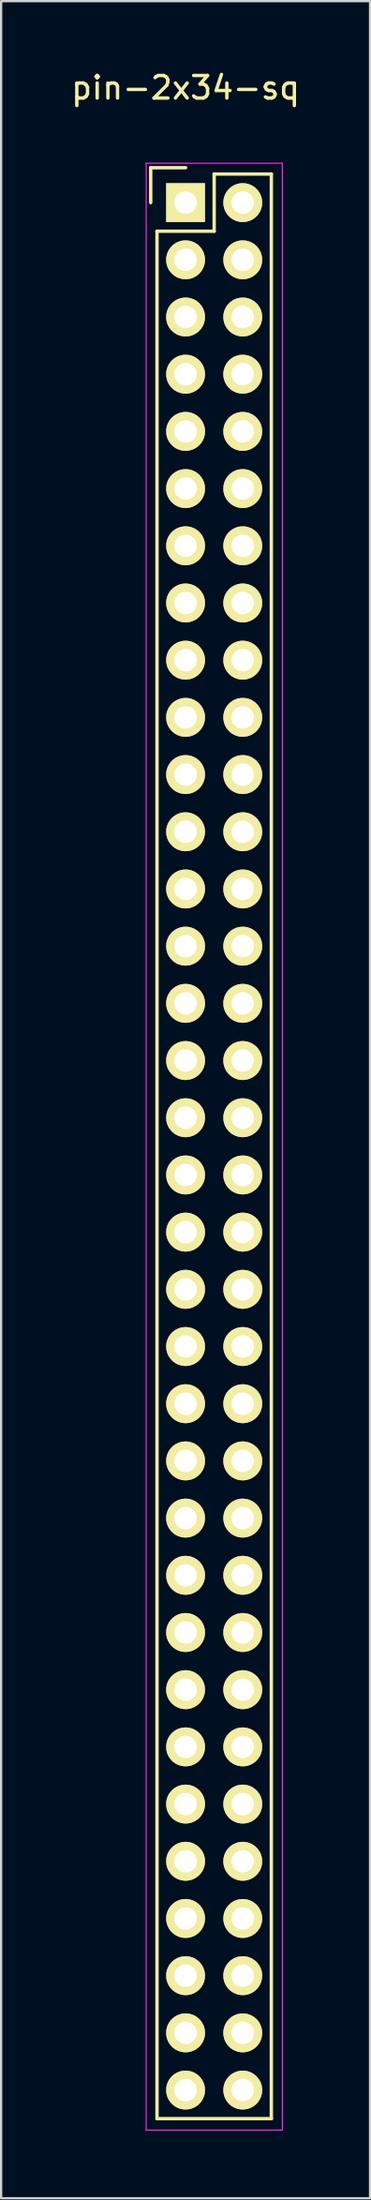
<source format=kicad_pcb>
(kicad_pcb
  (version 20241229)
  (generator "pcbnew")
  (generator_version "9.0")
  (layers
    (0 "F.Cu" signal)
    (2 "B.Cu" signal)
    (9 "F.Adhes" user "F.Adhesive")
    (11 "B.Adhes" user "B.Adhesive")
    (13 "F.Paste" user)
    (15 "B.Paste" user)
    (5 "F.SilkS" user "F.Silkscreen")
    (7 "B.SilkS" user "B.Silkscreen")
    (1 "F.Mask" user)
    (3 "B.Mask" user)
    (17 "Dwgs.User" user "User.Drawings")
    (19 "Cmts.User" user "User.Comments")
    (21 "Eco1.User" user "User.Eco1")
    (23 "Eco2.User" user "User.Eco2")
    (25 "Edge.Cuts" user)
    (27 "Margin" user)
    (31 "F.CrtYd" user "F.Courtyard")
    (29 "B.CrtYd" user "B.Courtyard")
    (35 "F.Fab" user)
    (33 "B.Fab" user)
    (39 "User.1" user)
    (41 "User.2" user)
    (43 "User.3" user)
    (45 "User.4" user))
  (footprint "pin-2x34-sq"
    (layer "F.Cu")
    (at 5.196 5.948)
    (property "Reference" "pin-2x34-sq" (at 0 -5.1 0) (layer "F.SilkS") (effects (font (size 1 1) (thickness 0.15))))
    (attr through_hole)
    (fp_line (start -1.55 -1.55) (end -1.55 0) (stroke (width 0.15) (type solid)) (layer "F.SilkS"))
    (fp_line (start -1.27 1.27) (end -1.27 85.09) (stroke (width 0.15) (type solid)) (layer "F.SilkS"))
    (fp_line (start 0 -1.55) (end -1.55 -1.55) (stroke (width 0.15) (type solid)) (layer "F.SilkS"))
    (fp_line (start 1.27 -1.27) (end 1.27 1.27) (stroke (width 0.15) (type solid)) (layer "F.SilkS"))
    (fp_line (start 1.27 1.27) (end -1.27 1.27) (stroke (width 0.15) (type solid)) (layer "F.SilkS"))
    (fp_line (start 3.81 -1.27) (end 1.27 -1.27) (stroke (width 0.15) (type solid)) (layer "F.SilkS"))
    (fp_line (start 3.81 85.09) (end -1.27 85.09) (stroke (width 0.15) (type solid)) (layer "F.SilkS"))
    (fp_line (start 3.81 85.09) (end 3.81 -1.27) (stroke (width 0.15) (type solid)) (layer "F.SilkS"))
    (fp_line (start -1.75 -1.75) (end -1.75 85.6) (stroke (width 0.05) (type solid)) (layer "F.CrtYd"))
    (fp_line (start -1.75 -1.75) (end 4.3 -1.75) (stroke (width 0.05) (type solid)) (layer "F.CrtYd"))
    (fp_line (start -1.75 85.6) (end 4.3 85.6) (stroke (width 0.05) (type solid)) (layer "F.CrtYd"))
    (fp_line (start 4.3 -1.75) (end 4.3 85.6) (stroke (width 0.05) (type solid)) (layer "F.CrtYd"))
    (pad "1" thru_hole rect (at 0 0) (size 1.727 1.727) (drill 1) (layers "*.Cu" "*.Mask" "F.SilkS"))
    (pad "2" thru_hole oval (at 2.54 0) (size 1.727 1.727) (drill 1) (layers "*.Cu" "*.Mask" "F.SilkS"))
    (pad "3" thru_hole oval (at 0 2.54) (size 1.727 1.727) (drill 1) (layers "*.Cu" "*.Mask" "F.SilkS"))
    (pad "4" thru_hole oval (at 2.54 2.54) (size 1.727 1.727) (drill 1) (layers "*.Cu" "*.Mask" "F.SilkS"))
    (pad "5" thru_hole oval (at 0 5.08) (size 1.727 1.727) (drill 1) (layers "*.Cu" "*.Mask" "F.SilkS"))
    (pad "6" thru_hole oval (at 2.54 5.08) (size 1.727 1.727) (drill 1) (layers "*.Cu" "*.Mask" "F.SilkS"))
    (pad "7" thru_hole oval (at 0 7.62) (size 1.727 1.727) (drill 1) (layers "*.Cu" "*.Mask" "F.SilkS"))
    (pad "8" thru_hole oval (at 2.54 7.62) (size 1.727 1.727) (drill 1) (layers "*.Cu" "*.Mask" "F.SilkS"))
    (pad "9" thru_hole oval (at 0 10.16) (size 1.727 1.727) (drill 1) (layers "*.Cu" "*.Mask" "F.SilkS"))
    (pad "10" thru_hole oval (at 2.54 10.16) (size 1.727 1.727) (drill 1) (layers "*.Cu" "*.Mask" "F.SilkS"))
    (pad "11" thru_hole oval (at 0 12.7) (size 1.727 1.727) (drill 1) (layers "*.Cu" "*.Mask" "F.SilkS"))
    (pad "12" thru_hole oval (at 2.54 12.7) (size 1.727 1.727) (drill 1) (layers "*.Cu" "*.Mask" "F.SilkS"))
    (pad "13" thru_hole oval (at 0 15.24) (size 1.727 1.727) (drill 1) (layers "*.Cu" "*.Mask" "F.SilkS"))
    (pad "14" thru_hole oval (at 2.54 15.24) (size 1.727 1.727) (drill 1) (layers "*.Cu" "*.Mask" "F.SilkS"))
    (pad "15" thru_hole oval (at 0 17.78) (size 1.727 1.727) (drill 1) (layers "*.Cu" "*.Mask" "F.SilkS"))
    (pad "16" thru_hole oval (at 2.54 17.78) (size 1.727 1.727) (drill 1) (layers "*.Cu" "*.Mask" "F.SilkS"))
    (pad "17" thru_hole oval (at 0 20.32) (size 1.727 1.727) (drill 1) (layers "*.Cu" "*.Mask" "F.SilkS"))
    (pad "18" thru_hole oval (at 2.54 20.32) (size 1.727 1.727) (drill 1) (layers "*.Cu" "*.Mask" "F.SilkS"))
    (pad "19" thru_hole oval (at 0 22.86) (size 1.727 1.727) (drill 1) (layers "*.Cu" "*.Mask" "F.SilkS"))
    (pad "20" thru_hole oval (at 2.54 22.86) (size 1.727 1.727) (drill 1) (layers "*.Cu" "*.Mask" "F.SilkS"))
    (pad "21" thru_hole oval (at 0 25.4) (size 1.727 1.727) (drill 1) (layers "*.Cu" "*.Mask" "F.SilkS"))
    (pad "22" thru_hole oval (at 2.54 25.4) (size 1.727 1.727) (drill 1) (layers "*.Cu" "*.Mask" "F.SilkS"))
    (pad "23" thru_hole oval (at 0 27.94) (size 1.727 1.727) (drill 1) (layers "*.Cu" "*.Mask" "F.SilkS"))
    (pad "24" thru_hole oval (at 2.54 27.94) (size 1.727 1.727) (drill 1) (layers "*.Cu" "*.Mask" "F.SilkS"))
    (pad "25" thru_hole oval (at 0 30.48) (size 1.727 1.727) (drill 1) (layers "*.Cu" "*.Mask" "F.SilkS"))
    (pad "26" thru_hole oval (at 2.54 30.48) (size 1.727 1.727) (drill 1) (layers "*.Cu" "*.Mask" "F.SilkS"))
    (pad "27" thru_hole oval (at 0 33.02) (size 1.727 1.727) (drill 1) (layers "*.Cu" "*.Mask" "F.SilkS"))
    (pad "28" thru_hole oval (at 2.54 33.02) (size 1.727 1.727) (drill 1) (layers "*.Cu" "*.Mask" "F.SilkS"))
    (pad "29" thru_hole oval (at 0 35.56) (size 1.727 1.727) (drill 1) (layers "*.Cu" "*.Mask" "F.SilkS"))
    (pad "30" thru_hole oval (at 2.54 35.56) (size 1.727 1.727) (drill 1) (layers "*.Cu" "*.Mask" "F.SilkS"))
    (pad "31" thru_hole oval (at 0 38.1) (size 1.727 1.727) (drill 1) (layers "*.Cu" "*.Mask" "F.SilkS"))
    (pad "32" thru_hole oval (at 2.54 38.1) (size 1.727 1.727) (drill 1) (layers "*.Cu" "*.Mask" "F.SilkS"))
    (pad "33" thru_hole oval (at 0 40.64) (size 1.727 1.727) (drill 1) (layers "*.Cu" "*.Mask" "F.SilkS"))
    (pad "34" thru_hole oval (at 2.54 40.64) (size 1.727 1.727) (drill 1) (layers "*.Cu" "*.Mask" "F.SilkS"))
    (pad "35" thru_hole oval (at 0 43.18) (size 1.727 1.727) (drill 1) (layers "*.Cu" "*.Mask" "F.SilkS"))
    (pad "36" thru_hole oval (at 2.54 43.18) (size 1.727 1.727) (drill 1) (layers "*.Cu" "*.Mask" "F.SilkS"))
    (pad "37" thru_hole oval (at 0 45.72) (size 1.727 1.727) (drill 1) (layers "*.Cu" "*.Mask" "F.SilkS"))
    (pad "38" thru_hole oval (at 2.54 45.72) (size 1.727 1.727) (drill 1) (layers "*.Cu" "*.Mask" "F.SilkS"))
    (pad "39" thru_hole oval (at 0 48.26) (size 1.727 1.727) (drill 1) (layers "*.Cu" "*.Mask" "F.SilkS"))
    (pad "40" thru_hole oval (at 2.54 48.26) (size 1.727 1.727) (drill 1) (layers "*.Cu" "*.Mask" "F.SilkS"))
    (pad "41" thru_hole oval (at 0 50.8) (size 1.727 1.727) (drill 1) (layers "*.Cu" "*.Mask" "F.SilkS"))
    (pad "42" thru_hole oval (at 2.54 50.8) (size 1.727 1.727) (drill 1) (layers "*.Cu" "*.Mask" "F.SilkS"))
    (pad "43" thru_hole oval (at 0 53.34) (size 1.727 1.727) (drill 1) (layers "*.Cu" "*.Mask" "F.SilkS"))
    (pad "44" thru_hole oval (at 2.54 53.34) (size 1.727 1.727) (drill 1) (layers "*.Cu" "*.Mask" "F.SilkS"))
    (pad "45" thru_hole oval (at 0 55.88) (size 1.727 1.727) (drill 1) (layers "*.Cu" "*.Mask" "F.SilkS"))
    (pad "46" thru_hole oval (at 2.54 55.88) (size 1.727 1.727) (drill 1) (layers "*.Cu" "*.Mask" "F.SilkS"))
    (pad "47" thru_hole oval (at 0 58.42) (size 1.727 1.727) (drill 1) (layers "*.Cu" "*.Mask" "F.SilkS"))
    (pad "48" thru_hole oval (at 2.54 58.42) (size 1.727 1.727) (drill 1) (layers "*.Cu" "*.Mask" "F.SilkS"))
    (pad "49" thru_hole oval (at 0 60.96) (size 1.727 1.727) (drill 1) (layers "*.Cu" "*.Mask" "F.SilkS"))
    (pad "50" thru_hole oval (at 2.54 60.96) (size 1.727 1.727) (drill 1) (layers "*.Cu" "*.Mask" "F.SilkS"))
    (pad "51" thru_hole oval (at 0 63.5) (size 1.727 1.727) (drill 1) (layers "*.Cu" "*.Mask" "F.SilkS"))
    (pad "52" thru_hole oval (at 2.54 63.5) (size 1.727 1.727) (drill 1) (layers "*.Cu" "*.Mask" "F.SilkS"))
    (pad "53" thru_hole oval (at 0 66.04) (size 1.727 1.727) (drill 1) (layers "*.Cu" "*.Mask" "F.SilkS"))
    (pad "54" thru_hole oval (at 2.54 66.04) (size 1.727 1.727) (drill 1) (layers "*.Cu" "*.Mask" "F.SilkS"))
    (pad "55" thru_hole oval (at 0 68.58) (size 1.727 1.727) (drill 1) (layers "*.Cu" "*.Mask" "F.SilkS"))
    (pad "56" thru_hole oval (at 2.54 68.58) (size 1.727 1.727) (drill 1) (layers "*.Cu" "*.Mask" "F.SilkS"))
    (pad "57" thru_hole oval (at 0 71.12) (size 1.727 1.727) (drill 1) (layers "*.Cu" "*.Mask" "F.SilkS"))
    (pad "58" thru_hole oval (at 2.54 71.12) (size 1.727 1.727) (drill 1) (layers "*.Cu" "*.Mask" "F.SilkS"))
    (pad "59" thru_hole oval (at 0 73.66) (size 1.727 1.727) (drill 1) (layers "*.Cu" "*.Mask" "F.SilkS"))
    (pad "60" thru_hole oval (at 2.54 73.66) (size 1.727 1.727) (drill 1) (layers "*.Cu" "*.Mask" "F.SilkS"))
    (pad "61" thru_hole oval (at 0 76.2) (size 1.727 1.727) (drill 1) (layers "*.Cu" "*.Mask" "F.SilkS"))
    (pad "62" thru_hole oval (at 2.54 76.2) (size 1.727 1.727) (drill 1) (layers "*.Cu" "*.Mask" "F.SilkS"))
    (pad "63" thru_hole oval (at 0 78.74) (size 1.727 1.727) (drill 1) (layers "*.Cu" "*.Mask" "F.SilkS"))
    (pad "64" thru_hole oval (at 2.54 78.74) (size 1.727 1.727) (drill 1) (layers "*.Cu" "*.Mask" "F.SilkS"))
    (pad "65" thru_hole oval (at 0 81.28) (size 1.727 1.727) (drill 1) (layers "*.Cu" "*.Mask" "F.SilkS"))
    (pad "66" thru_hole oval (at 2.54 81.28) (size 1.727 1.727) (drill 1) (layers "*.Cu" "*.Mask" "F.SilkS"))
    (pad "67" thru_hole oval (at 0 83.82) (size 1.727 1.727) (drill 1) (layers "*.Cu" "*.Mask" "F.SilkS"))
    (pad "68" thru_hole oval (at 2.54 83.82) (size 1.727 1.727) (drill 1) (layers "*.Cu" "*.Mask" "F.SilkS")))
  (gr_rect
    (start -3 -3)
    (end 13.393 94.573)
    (stroke (width 0.1) (type default))
    (fill no)
    (layer "Edge.Cuts")))
</source>
